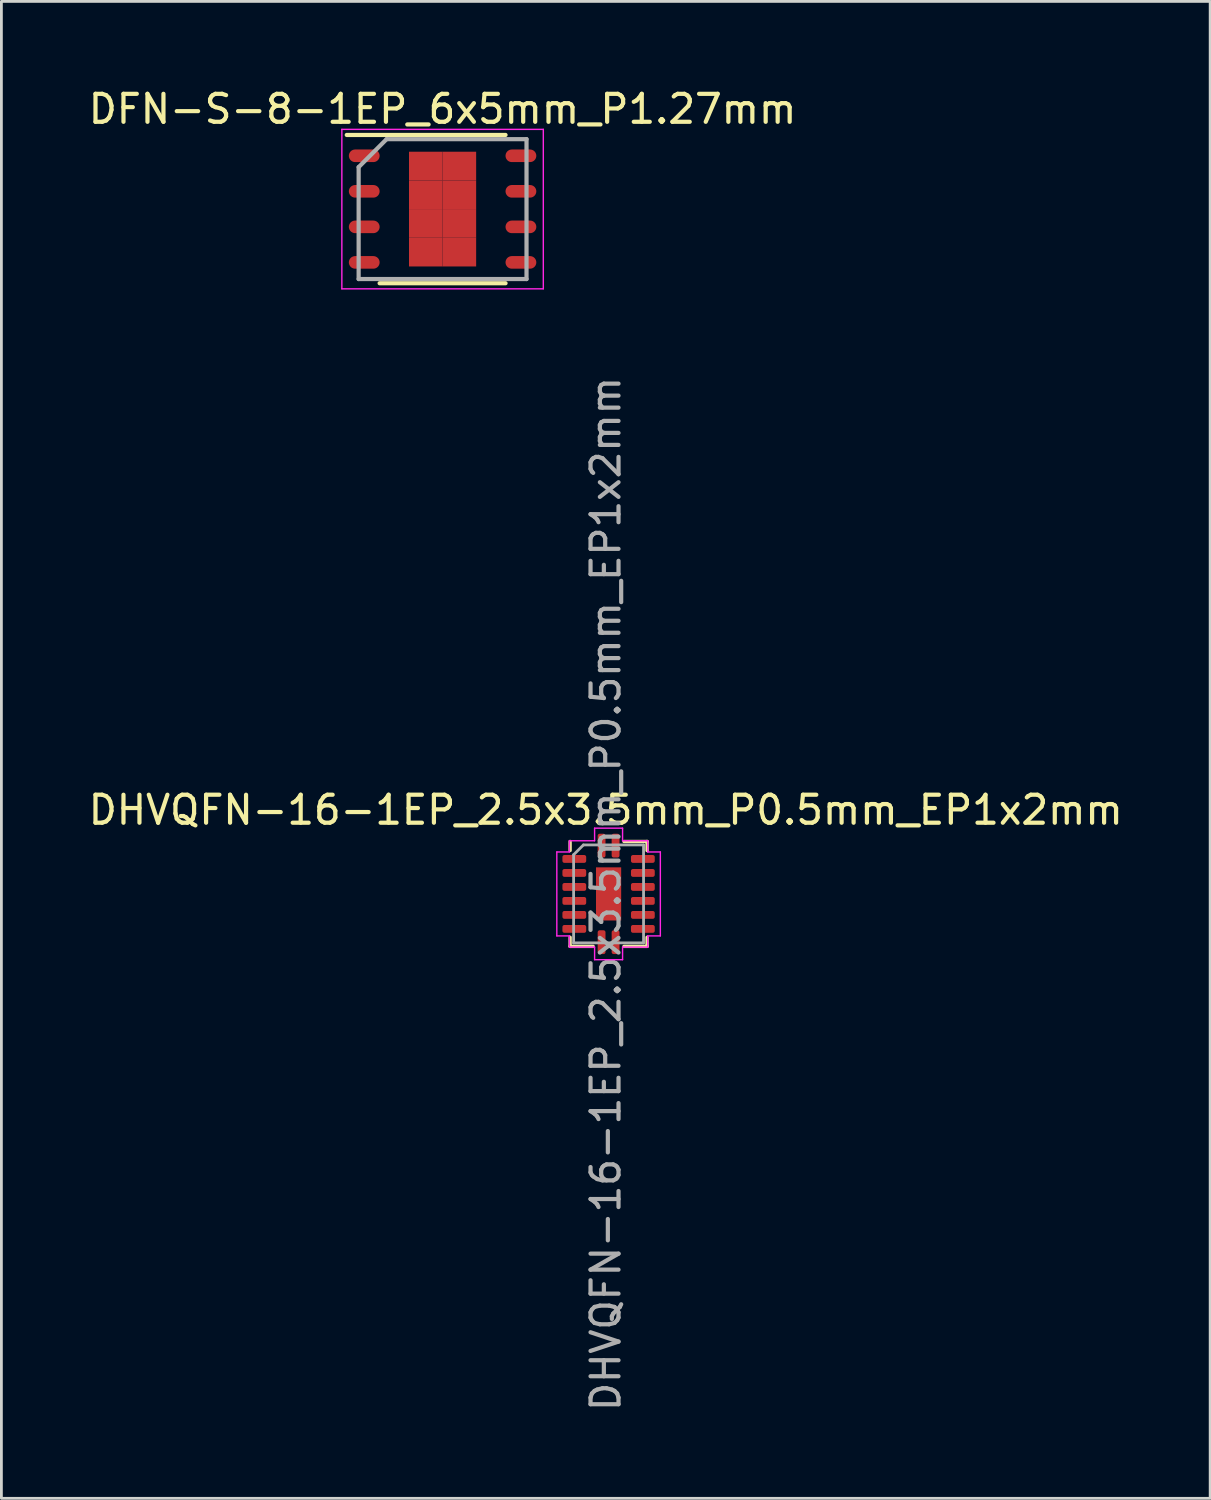
<source format=kicad_pcb>
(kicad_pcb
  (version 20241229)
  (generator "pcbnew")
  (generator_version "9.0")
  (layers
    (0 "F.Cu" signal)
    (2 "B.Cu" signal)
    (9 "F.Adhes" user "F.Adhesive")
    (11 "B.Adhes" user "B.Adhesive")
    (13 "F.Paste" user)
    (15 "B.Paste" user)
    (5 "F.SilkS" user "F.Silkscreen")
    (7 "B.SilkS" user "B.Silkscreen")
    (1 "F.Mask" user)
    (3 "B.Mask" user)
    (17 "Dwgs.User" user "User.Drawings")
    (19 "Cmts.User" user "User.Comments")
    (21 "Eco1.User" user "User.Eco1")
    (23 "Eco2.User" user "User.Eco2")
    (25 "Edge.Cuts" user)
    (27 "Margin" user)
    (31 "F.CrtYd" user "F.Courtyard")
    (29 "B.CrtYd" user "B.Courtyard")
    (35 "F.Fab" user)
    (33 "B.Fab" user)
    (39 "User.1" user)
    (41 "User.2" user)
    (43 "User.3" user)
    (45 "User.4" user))
  (footprint "DFN-S-8-1EP_6x5mm_P1.27mm"
    (layer "F.Cu")
    (at 12.768 4.423)
    (property "Reference" "DFN-S-8-1EP_6x5mm_P1.27mm" (at 0 -3.575 0) (layer "F.SilkS") (effects (font (size 1 1) (thickness 0.15))))
    (attr smd)
    (fp_line (start -3.425 -2.65) (end 2.25 -2.65) (stroke (width 0.15) (type solid)) (layer "F.SilkS"))
    (fp_line (start -2.25 2.65) (end 2.25 2.65) (stroke (width 0.15) (type solid)) (layer "F.SilkS"))
    (fp_line (start -3.6 -2.85) (end -3.6 2.85) (stroke (width 0.05) (type solid)) (layer "F.CrtYd"))
    (fp_line (start -3.6 -2.85) (end 3.6 -2.85) (stroke (width 0.05) (type solid)) (layer "F.CrtYd"))
    (fp_line (start -3.6 2.85) (end 3.6 2.85) (stroke (width 0.05) (type solid)) (layer "F.CrtYd"))
    (fp_line (start 3.6 -2.85) (end 3.6 2.85) (stroke (width 0.05) (type solid)) (layer "F.CrtYd"))
    (fp_line (start -3 -1.5) (end -2 -2.5) (stroke (width 0.15) (type solid)) (layer "F.Fab"))
    (fp_line (start -3 2.5) (end -3 -1.5) (stroke (width 0.15) (type solid)) (layer "F.Fab"))
    (fp_line (start -2 -2.5) (end 3 -2.5) (stroke (width 0.15) (type solid)) (layer "F.Fab"))
    (fp_line (start 3 -2.5) (end 3 2.5) (stroke (width 0.15) (type solid)) (layer "F.Fab"))
    (fp_line (start 3 2.5) (end -3 2.5) (stroke (width 0.15) (type solid)) (layer "F.Fab"))
    (pad "1" smd oval (at -2.8 -1.905) (size 1.1 0.45) (layers "F.Cu" "F.Mask" "F.Paste"))
    (pad "2" smd oval (at -2.8 -0.635) (size 1.1 0.45) (layers "F.Cu" "F.Mask" "F.Paste"))
    (pad "3" smd oval (at -2.8 0.635) (size 1.1 0.45) (layers "F.Cu" "F.Mask" "F.Paste"))
    (pad "4" smd oval (at -2.8 1.905) (size 1.1 0.45) (layers "F.Cu" "F.Mask" "F.Paste"))
    (pad "5" smd oval (at 2.8 1.905) (size 1.1 0.45) (layers "F.Cu" "F.Mask" "F.Paste"))
    (pad "6" smd oval (at 2.8 0.635) (size 1.1 0.45) (layers "F.Cu" "F.Mask" "F.Paste"))
    (pad "7" smd oval (at 2.8 -0.635) (size 1.1 0.45) (layers "F.Cu" "F.Mask" "F.Paste"))
    (pad "8" smd oval (at 2.8 -1.905) (size 1.1 0.45) (layers "F.Cu" "F.Mask" "F.Paste"))
    (pad "9" smd rect (at -0.6 -1.538) (size 1.2 1.025) (layers "F.Cu" "F.Mask" "F.Paste"))
    (pad "9" smd rect (at -0.6 -0.512) (size 1.2 1.025) (layers "F.Cu" "F.Mask" "F.Paste"))
    (pad "9" smd rect (at -0.6 0.512) (size 1.2 1.025) (layers "F.Cu" "F.Mask" "F.Paste"))
    (pad "9" smd rect (at -0.6 1.538) (size 1.2 1.025) (layers "F.Cu" "F.Mask" "F.Paste"))
    (pad "9" smd rect (at 0.6 -1.538) (size 1.2 1.025) (layers "F.Cu" "F.Mask" "F.Paste"))
    (pad "9" smd rect (at 0.6 -0.512) (size 1.2 1.025) (layers "F.Cu" "F.Mask" "F.Paste"))
    (pad "9" smd rect (at 0.6 0.512) (size 1.2 1.025) (layers "F.Cu" "F.Mask" "F.Paste"))
    (pad "9" smd rect (at 0.6 1.538) (size 1.2 1.025) (layers "F.Cu" "F.Mask" "F.Paste")))
  (footprint "DHVQFN-16-1EP_2.5x3.5mm_P0.5mm_EP1x2mm"
    (layer "F.Cu")
    (at 18.701 28.899)
    (property "Reference" "DHVQFN-16-1EP_2.5x3.5mm_P0.5mm_EP1x2mm" (at -0.1 -3 0) (layer "F.SilkS") (effects (font (size 1 1) (thickness 0.15))))
    (attr smd)
    (fp_line (start -1.375 -1.875) (end -1.375 -1.55) (stroke (width 0.12) (type solid)) (layer "F.SilkS"))
    (fp_line (start -1.375 1.875) (end -1.375 1.55) (stroke (width 0.12) (type solid)) (layer "F.SilkS"))
    (fp_line (start -1.375 1.875) (end -0.55 1.875) (stroke (width 0.12) (type solid)) (layer "F.SilkS"))
    (fp_line (start 0.55 -1.875) (end 1.375 -1.875) (stroke (width 0.12) (type solid)) (layer "F.SilkS"))
    (fp_line (start 0.55 1.875) (end 1.375 1.875) (stroke (width 0.12) (type solid)) (layer "F.SilkS"))
    (fp_line (start 1.375 -1.875) (end 1.375 -1.55) (stroke (width 0.12) (type solid)) (layer "F.SilkS"))
    (fp_line (start 1.375 1.875) (end 1.375 1.55) (stroke (width 0.12) (type solid)) (layer "F.SilkS"))
    (fp_line (start -1.85 1.5) (end -1.85 -1.5) (stroke (width 0.05) (type solid)) (layer "F.CrtYd"))
    (fp_line (start -1.4 -1.9) (end -1.4 -1.5) (stroke (width 0.05) (type solid)) (layer "F.CrtYd"))
    (fp_line (start -1.4 -1.5) (end -1.85 -1.5) (stroke (width 0.05) (type solid)) (layer "F.CrtYd"))
    (fp_line (start -1.4 1.5) (end -1.85 1.5) (stroke (width 0.05) (type solid)) (layer "F.CrtYd"))
    (fp_line (start -1.4 1.9) (end -1.4 1.5) (stroke (width 0.05) (type solid)) (layer "F.CrtYd"))
    (fp_line (start -0.5 -2.35) (end -0.5 -1.9) (stroke (width 0.05) (type solid)) (layer "F.CrtYd"))
    (fp_line (start -0.5 -1.9) (end -1.4 -1.9) (stroke (width 0.05) (type solid)) (layer "F.CrtYd"))
    (fp_line (start -0.5 1.9) (end -1.4 1.9) (stroke (width 0.05) (type solid)) (layer "F.CrtYd"))
    (fp_line (start -0.5 2.35) (end -0.5 1.9) (stroke (width 0.05) (type solid)) (layer "F.CrtYd"))
    (fp_line (start 0.5 -2.35) (end -0.5 -2.35) (stroke (width 0.05) (type solid)) (layer "F.CrtYd"))
    (fp_line (start 0.5 -2.35) (end 0.5 -1.9) (stroke (width 0.05) (type solid)) (layer "F.CrtYd"))
    (fp_line (start 0.5 -1.9) (end 1.4 -1.9) (stroke (width 0.05) (type solid)) (layer "F.CrtYd"))
    (fp_line (start 0.5 1.9) (end 1.4 1.9) (stroke (width 0.05) (type solid)) (layer "F.CrtYd"))
    (fp_line (start 0.5 2.35) (end -0.5 2.35) (stroke (width 0.05) (type solid)) (layer "F.CrtYd"))
    (fp_line (start 0.5 2.35) (end 0.5 1.9) (stroke (width 0.05) (type solid)) (layer "F.CrtYd"))
    (fp_line (start 1.4 -1.9) (end 1.4 -1.5) (stroke (width 0.05) (type solid)) (layer "F.CrtYd"))
    (fp_line (start 1.4 -1.5) (end 1.85 -1.5) (stroke (width 0.05) (type solid)) (layer "F.CrtYd"))
    (fp_line (start 1.4 1.5) (end 1.85 1.5) (stroke (width 0.05) (type solid)) (layer "F.CrtYd"))
    (fp_line (start 1.4 1.9) (end 1.4 1.5) (stroke (width 0.05) (type solid)) (layer "F.CrtYd"))
    (fp_line (start 1.85 -1.5) (end 1.85 1.5) (stroke (width 0.05) (type solid)) (layer "F.CrtYd"))
    (fp_line (start -1.25 1.75) (end -1.25 -1.4) (stroke (width 0.1) (type solid)) (layer "F.Fab"))
    (fp_line (start -0.9 -1.75) (end -1.25 -1.4) (stroke (width 0.1) (type solid)) (layer "F.Fab"))
    (fp_line (start -0.9 -1.75) (end 1.25 -1.75) (stroke (width 0.1) (type solid)) (layer "F.Fab"))
    (fp_line (start 1.25 -1.75) (end 1.25 1.75) (stroke (width 0.1) (type solid)) (layer "F.Fab"))
    (fp_line (start 1.25 1.75) (end -1.25 1.75) (stroke (width 0.1) (type solid)) (layer "F.Fab"))
    (fp_text user "${REFERENCE}" (at -0.1 0 270) (layer "F.Fab") (effects (font (size 1 1) (thickness 0.15))))
    (pad "" smd rect (at 0 -0.35) (size 0.45 0.45) (layers "F.Paste"))
    (pad "" smd rect (at 0 0.35) (size 0.45 0.45) (layers "F.Paste"))
    (pad "1" smd roundrect (at -0.25 -1.725) (size 0.28 0.85) (layers "F.Cu" "F.Mask" "F.Paste") (roundrect_rratio 0.25))
    (pad "2" smd roundrect (at -1.225 -1.25) (size 0.85 0.28) (layers "F.Cu" "F.Mask" "F.Paste") (roundrect_rratio 0.25))
    (pad "3" smd roundrect (at -1.225 -0.75) (size 0.85 0.28) (layers "F.Cu" "F.Mask" "F.Paste") (roundrect_rratio 0.25))
    (pad "4" smd roundrect (at -1.225 -0.25) (size 0.85 0.28) (layers "F.Cu" "F.Mask" "F.Paste") (roundrect_rratio 0.25))
    (pad "5" smd roundrect (at -1.225 0.25) (size 0.85 0.28) (layers "F.Cu" "F.Mask" "F.Paste") (roundrect_rratio 0.25))
    (pad "6" smd roundrect (at -1.225 0.75) (size 0.85 0.28) (layers "F.Cu" "F.Mask" "F.Paste") (roundrect_rratio 0.25))
    (pad "7" smd roundrect (at -1.225 1.25) (size 0.85 0.28) (layers "F.Cu" "F.Mask" "F.Paste") (roundrect_rratio 0.25))
    (pad "8" smd roundrect (at -0.25 1.725) (size 0.28 0.85) (layers "F.Cu" "F.Mask" "F.Paste") (roundrect_rratio 0.25))
    (pad "9" smd roundrect (at 0.25 1.725) (size 0.28 0.85) (layers "F.Cu" "F.Mask" "F.Paste") (roundrect_rratio 0.25))
    (pad "10" smd roundrect (at 1.225 1.25) (size 0.85 0.28) (layers "F.Cu" "F.Mask" "F.Paste") (roundrect_rratio 0.25))
    (pad "11" smd roundrect (at 1.225 0.75) (size 0.85 0.28) (layers "F.Cu" "F.Mask" "F.Paste") (roundrect_rratio 0.25))
    (pad "12" smd roundrect (at 1.225 0.25) (size 0.85 0.28) (layers "F.Cu" "F.Mask" "F.Paste") (roundrect_rratio 0.25))
    (pad "13" smd roundrect (at 1.225 -0.25) (size 0.85 0.28) (layers "F.Cu" "F.Mask" "F.Paste") (roundrect_rratio 0.25))
    (pad "14" smd roundrect (at 1.225 -0.75) (size 0.85 0.28) (layers "F.Cu" "F.Mask" "F.Paste") (roundrect_rratio 0.25))
    (pad "15" smd roundrect (at 1.225 -1.25) (size 0.85 0.28) (layers "F.Cu" "F.Mask" "F.Paste") (roundrect_rratio 0.25))
    (pad "16" smd roundrect (at 0.25 -1.725) (size 0.28 0.85) (layers "F.Cu" "F.Mask" "F.Paste") (roundrect_rratio 0.25))
    (pad "17" smd rect (at 0 0) (size 0.9 1.9) (layers "F.Cu" "F.Mask")))
  (gr_rect
    (start -3 -3)
    (end 40.202 50.501)
    (stroke (width 0.1) (type default))
    (fill no)
    (layer "Edge.Cuts")))
</source>
